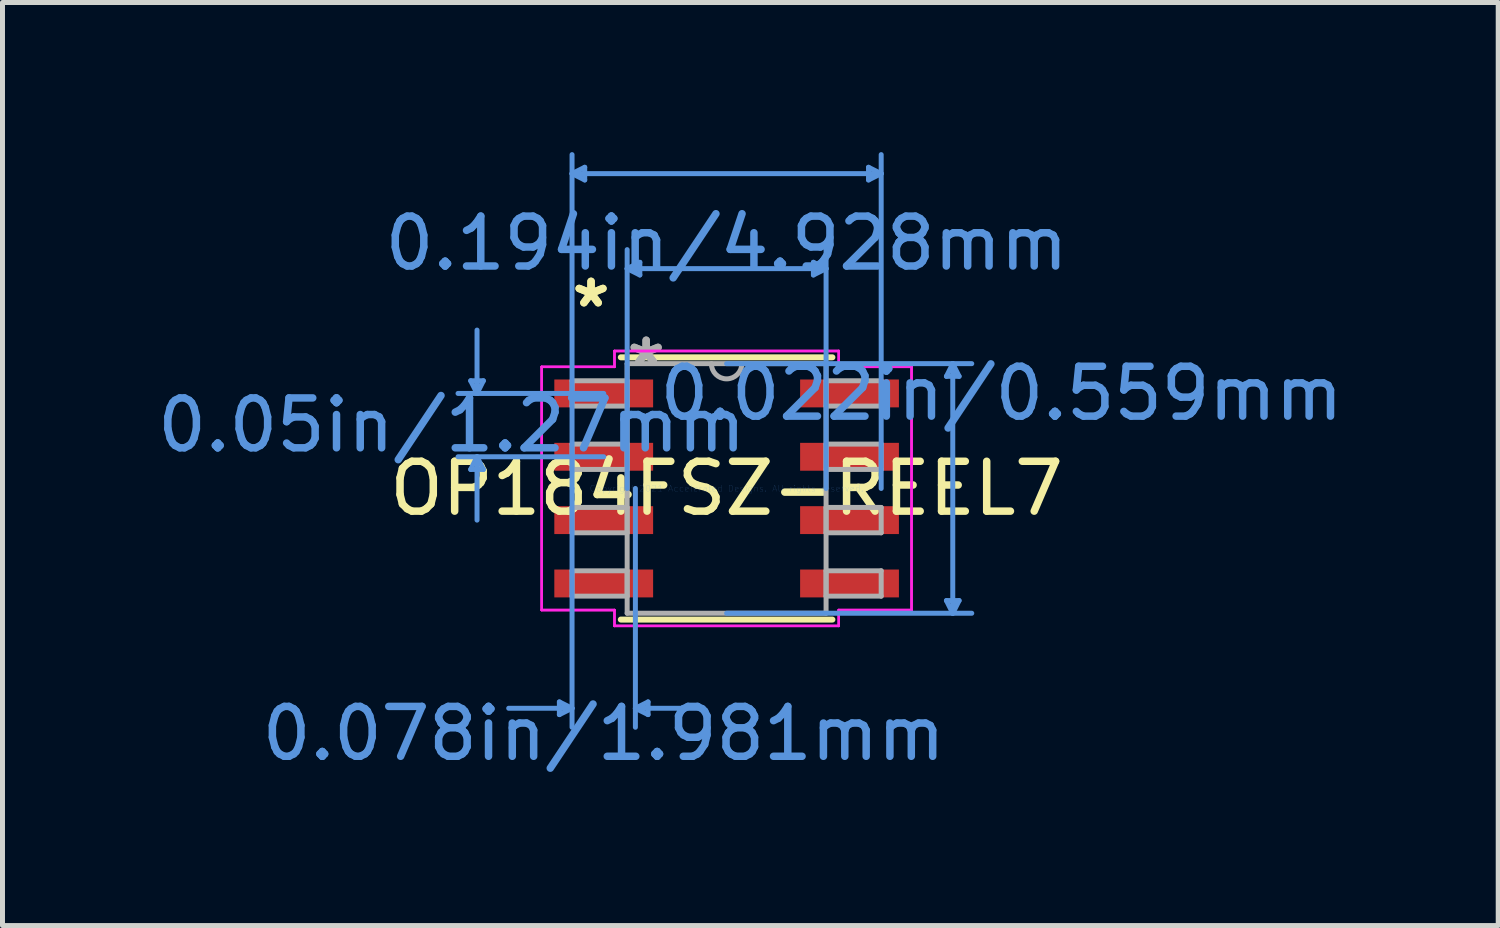
<source format=kicad_pcb>
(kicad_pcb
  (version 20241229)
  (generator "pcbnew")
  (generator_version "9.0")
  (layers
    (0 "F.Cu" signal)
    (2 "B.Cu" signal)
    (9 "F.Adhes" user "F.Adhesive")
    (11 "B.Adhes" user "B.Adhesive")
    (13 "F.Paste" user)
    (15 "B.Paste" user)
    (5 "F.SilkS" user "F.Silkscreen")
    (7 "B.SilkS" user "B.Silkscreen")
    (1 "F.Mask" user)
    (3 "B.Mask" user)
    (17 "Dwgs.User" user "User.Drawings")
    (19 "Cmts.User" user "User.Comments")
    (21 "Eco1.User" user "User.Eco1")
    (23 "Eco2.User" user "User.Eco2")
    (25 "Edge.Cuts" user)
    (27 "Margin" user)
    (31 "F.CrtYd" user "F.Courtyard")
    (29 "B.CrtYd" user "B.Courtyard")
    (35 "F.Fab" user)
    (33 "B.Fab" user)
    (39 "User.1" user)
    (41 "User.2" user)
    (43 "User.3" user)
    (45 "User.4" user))
  (footprint "OP184FSZ-REEL7"
    (layer "F.Cu")
    (at 11.518 6.743)
    (property "Reference" "OP184FSZ-REEL7" (at 0 0 0) (layer "F.SilkS") (effects (font (size 1 1) (thickness 0.15))))
    (attr through_hole)
    (fp_line (start -2.121 2.629) (end 2.121 2.629) (stroke (width 0.12) (type solid)) (layer "F.SilkS"))
    (fp_line (start 2.121 -2.629) (end -2.121 -2.629) (stroke (width 0.12) (type solid)) (layer "F.SilkS"))
    (fp_line (start -5.131 -2.159) (end -4.877 -2.159) (stroke (width 0.1) (type solid)) (layer "Cmts.User"))
    (fp_line (start -5.131 -0.381) (end -4.877 -0.381) (stroke (width 0.1) (type solid)) (layer "Cmts.User"))
    (fp_line (start -5.004 -1.905) (end -5.131 -2.159) (stroke (width 0.1) (type solid)) (layer "Cmts.User"))
    (fp_line (start -5.004 -1.905) (end -5.004 -3.175) (stroke (width 0.1) (type solid)) (layer "Cmts.User"))
    (fp_line (start -5.004 -1.905) (end -4.877 -2.159) (stroke (width 0.1) (type solid)) (layer "Cmts.User"))
    (fp_line (start -5.004 -0.635) (end -5.131 -0.381) (stroke (width 0.1) (type solid)) (layer "Cmts.User"))
    (fp_line (start -5.004 -0.635) (end -5.004 0.635) (stroke (width 0.1) (type solid)) (layer "Cmts.User"))
    (fp_line (start -5.004 -0.635) (end -4.877 -0.381) (stroke (width 0.1) (type solid)) (layer "Cmts.User"))
    (fp_line (start -3.353 4.28) (end -3.353 4.534) (stroke (width 0.1) (type solid)) (layer "Cmts.User"))
    (fp_line (start -3.099 -6.312) (end -2.845 -6.439) (stroke (width 0.1) (type solid)) (layer "Cmts.User"))
    (fp_line (start -3.099 -6.312) (end -2.845 -6.185) (stroke (width 0.1) (type solid)) (layer "Cmts.User"))
    (fp_line (start -3.099 -6.312) (end 3.099 -6.312) (stroke (width 0.1) (type solid)) (layer "Cmts.User"))
    (fp_line (start -3.099 0) (end -3.099 -6.693) (stroke (width 0.1) (type solid)) (layer "Cmts.User"))
    (fp_line (start -3.099 0) (end -3.099 4.788) (stroke (width 0.1) (type solid)) (layer "Cmts.User"))
    (fp_line (start -3.099 4.407) (end -4.369 4.407) (stroke (width 0.1) (type solid)) (layer "Cmts.User"))
    (fp_line (start -3.099 4.407) (end -3.353 4.28) (stroke (width 0.1) (type solid)) (layer "Cmts.User"))
    (fp_line (start -3.099 4.407) (end -3.353 4.534) (stroke (width 0.1) (type solid)) (layer "Cmts.User"))
    (fp_line (start -2.845 -6.439) (end -2.845 -6.185) (stroke (width 0.1) (type solid)) (layer "Cmts.User"))
    (fp_line (start -2.464 -1.905) (end -5.385 -1.905) (stroke (width 0.1) (type solid)) (layer "Cmts.User"))
    (fp_line (start -2.464 -0.635) (end -5.385 -0.635) (stroke (width 0.1) (type solid)) (layer "Cmts.User"))
    (fp_line (start -1.994 -4.407) (end -1.74 -4.534) (stroke (width 0.1) (type solid)) (layer "Cmts.User"))
    (fp_line (start -1.994 -4.407) (end -1.74 -4.28) (stroke (width 0.1) (type solid)) (layer "Cmts.User"))
    (fp_line (start -1.994 -4.407) (end 1.994 -4.407) (stroke (width 0.1) (type solid)) (layer "Cmts.User"))
    (fp_line (start -1.994 0) (end -1.994 -4.788) (stroke (width 0.1) (type solid)) (layer "Cmts.User"))
    (fp_line (start -1.829 0) (end -1.829 4.788) (stroke (width 0.1) (type solid)) (layer "Cmts.User"))
    (fp_line (start -1.829 4.407) (end -1.575 4.28) (stroke (width 0.1) (type solid)) (layer "Cmts.User"))
    (fp_line (start -1.829 4.407) (end -1.575 4.534) (stroke (width 0.1) (type solid)) (layer "Cmts.User"))
    (fp_line (start -1.829 4.407) (end -0.559 4.407) (stroke (width 0.1) (type solid)) (layer "Cmts.User"))
    (fp_line (start -1.74 -4.534) (end -1.74 -4.28) (stroke (width 0.1) (type solid)) (layer "Cmts.User"))
    (fp_line (start -1.575 4.28) (end -1.575 4.534) (stroke (width 0.1) (type solid)) (layer "Cmts.User"))
    (fp_line (start 0 -2.502) (end 4.915 -2.502) (stroke (width 0.1) (type solid)) (layer "Cmts.User"))
    (fp_line (start 0 2.502) (end 4.915 2.502) (stroke (width 0.1) (type solid)) (layer "Cmts.User"))
    (fp_line (start 1.74 -4.534) (end 1.74 -4.28) (stroke (width 0.1) (type solid)) (layer "Cmts.User"))
    (fp_line (start 1.994 -4.407) (end 1.74 -4.534) (stroke (width 0.1) (type solid)) (layer "Cmts.User"))
    (fp_line (start 1.994 -4.407) (end 1.74 -4.28) (stroke (width 0.1) (type solid)) (layer "Cmts.User"))
    (fp_line (start 1.994 0) (end 1.994 -4.788) (stroke (width 0.1) (type solid)) (layer "Cmts.User"))
    (fp_line (start 2.845 -6.439) (end 2.845 -6.185) (stroke (width 0.1) (type solid)) (layer "Cmts.User"))
    (fp_line (start 3.099 -6.312) (end 2.845 -6.439) (stroke (width 0.1) (type solid)) (layer "Cmts.User"))
    (fp_line (start 3.099 -6.312) (end 2.845 -6.185) (stroke (width 0.1) (type solid)) (layer "Cmts.User"))
    (fp_line (start 3.099 0) (end 3.099 -6.693) (stroke (width 0.1) (type solid)) (layer "Cmts.User"))
    (fp_line (start 4.407 -2.248) (end 4.661 -2.248) (stroke (width 0.1) (type solid)) (layer "Cmts.User"))
    (fp_line (start 4.407 2.248) (end 4.661 2.248) (stroke (width 0.1) (type solid)) (layer "Cmts.User"))
    (fp_line (start 4.534 -2.502) (end 4.407 -2.248) (stroke (width 0.1) (type solid)) (layer "Cmts.User"))
    (fp_line (start 4.534 -2.502) (end 4.534 2.502) (stroke (width 0.1) (type solid)) (layer "Cmts.User"))
    (fp_line (start 4.534 -2.502) (end 4.661 -2.248) (stroke (width 0.1) (type solid)) (layer "Cmts.User"))
    (fp_line (start 4.534 2.502) (end 4.407 2.248) (stroke (width 0.1) (type solid)) (layer "Cmts.User"))
    (fp_line (start 4.534 2.502) (end 4.661 2.248) (stroke (width 0.1) (type solid)) (layer "Cmts.User"))
    (fp_line (start -3.708 -2.438) (end -2.248 -2.438) (stroke (width 0.05) (type solid)) (layer "F.CrtYd"))
    (fp_line (start -3.708 -2.438) (end -2.248 -2.438) (stroke (width 0.05) (type solid)) (layer "F.CrtYd"))
    (fp_line (start -3.708 2.438) (end -3.708 -2.438) (stroke (width 0.05) (type solid)) (layer "F.CrtYd"))
    (fp_line (start -3.708 2.438) (end -3.708 -2.438) (stroke (width 0.05) (type solid)) (layer "F.CrtYd"))
    (fp_line (start -3.708 2.438) (end -2.248 2.438) (stroke (width 0.05) (type solid)) (layer "F.CrtYd"))
    (fp_line (start -2.248 -2.756) (end 2.248 -2.756) (stroke (width 0.05) (type solid)) (layer "F.CrtYd"))
    (fp_line (start -2.248 -2.756) (end 2.248 -2.756) (stroke (width 0.05) (type solid)) (layer "F.CrtYd"))
    (fp_line (start -2.248 -2.438) (end -2.248 -2.756) (stroke (width 0.05) (type solid)) (layer "F.CrtYd"))
    (fp_line (start -2.248 -2.438) (end -2.248 -2.756) (stroke (width 0.05) (type solid)) (layer "F.CrtYd"))
    (fp_line (start -2.248 2.438) (end -3.708 2.438) (stroke (width 0.05) (type solid)) (layer "F.CrtYd"))
    (fp_line (start -2.248 2.756) (end -2.248 2.438) (stroke (width 0.05) (type solid)) (layer "F.CrtYd"))
    (fp_line (start -2.248 2.756) (end -2.248 2.438) (stroke (width 0.05) (type solid)) (layer "F.CrtYd"))
    (fp_line (start 2.248 -2.756) (end 2.248 -2.438) (stroke (width 0.05) (type solid)) (layer "F.CrtYd"))
    (fp_line (start 2.248 -2.756) (end 2.248 -2.438) (stroke (width 0.05) (type solid)) (layer "F.CrtYd"))
    (fp_line (start 2.248 -2.438) (end 3.708 -2.438) (stroke (width 0.05) (type solid)) (layer "F.CrtYd"))
    (fp_line (start 2.248 2.438) (end 2.248 2.756) (stroke (width 0.05) (type solid)) (layer "F.CrtYd"))
    (fp_line (start 2.248 2.438) (end 2.248 2.756) (stroke (width 0.05) (type solid)) (layer "F.CrtYd"))
    (fp_line (start 2.248 2.756) (end -2.248 2.756) (stroke (width 0.05) (type solid)) (layer "F.CrtYd"))
    (fp_line (start 2.248 2.756) (end -2.248 2.756) (stroke (width 0.05) (type solid)) (layer "F.CrtYd"))
    (fp_line (start 3.708 -2.438) (end 2.248 -2.438) (stroke (width 0.05) (type solid)) (layer "F.CrtYd"))
    (fp_line (start 3.708 -2.438) (end 3.708 2.438) (stroke (width 0.05) (type solid)) (layer "F.CrtYd"))
    (fp_line (start 3.708 -2.438) (end 3.708 2.438) (stroke (width 0.05) (type solid)) (layer "F.CrtYd"))
    (fp_line (start 3.708 2.438) (end 2.248 2.438) (stroke (width 0.05) (type solid)) (layer "F.CrtYd"))
    (fp_line (start 3.708 2.438) (end 2.248 2.438) (stroke (width 0.05) (type solid)) (layer "F.CrtYd"))
    (fp_line (start -3.099 -2.159) (end -3.099 -1.651) (stroke (width 0.1) (type solid)) (layer "F.Fab"))
    (fp_line (start -3.099 -1.651) (end -1.994 -1.651) (stroke (width 0.1) (type solid)) (layer "F.Fab"))
    (fp_line (start -3.099 -0.889) (end -3.099 -0.381) (stroke (width 0.1) (type solid)) (layer "F.Fab"))
    (fp_line (start -3.099 -0.381) (end -1.994 -0.381) (stroke (width 0.1) (type solid)) (layer "F.Fab"))
    (fp_line (start -3.099 0.381) (end -3.099 0.889) (stroke (width 0.1) (type solid)) (layer "F.Fab"))
    (fp_line (start -3.099 0.889) (end -1.994 0.889) (stroke (width 0.1) (type solid)) (layer "F.Fab"))
    (fp_line (start -3.099 1.651) (end -3.099 2.159) (stroke (width 0.1) (type solid)) (layer "F.Fab"))
    (fp_line (start -3.099 2.159) (end -1.994 2.159) (stroke (width 0.1) (type solid)) (layer "F.Fab"))
    (fp_line (start -1.994 -2.502) (end -1.994 2.502) (stroke (width 0.1) (type solid)) (layer "F.Fab"))
    (fp_line (start -1.994 -2.159) (end -3.099 -2.159) (stroke (width 0.1) (type solid)) (layer "F.Fab"))
    (fp_line (start -1.994 -1.651) (end -1.994 -2.159) (stroke (width 0.1) (type solid)) (layer "F.Fab"))
    (fp_line (start -1.994 -0.889) (end -3.099 -0.889) (stroke (width 0.1) (type solid)) (layer "F.Fab"))
    (fp_line (start -1.994 -0.381) (end -1.994 -0.889) (stroke (width 0.1) (type solid)) (layer "F.Fab"))
    (fp_line (start -1.994 0.381) (end -3.099 0.381) (stroke (width 0.1) (type solid)) (layer "F.Fab"))
    (fp_line (start -1.994 0.889) (end -1.994 0.381) (stroke (width 0.1) (type solid)) (layer "F.Fab"))
    (fp_line (start -1.994 1.651) (end -3.099 1.651) (stroke (width 0.1) (type solid)) (layer "F.Fab"))
    (fp_line (start -1.994 2.159) (end -1.994 1.651) (stroke (width 0.1) (type solid)) (layer "F.Fab"))
    (fp_line (start -1.994 2.502) (end 1.994 2.502) (stroke (width 0.1) (type solid)) (layer "F.Fab"))
    (fp_line (start 1.994 -2.502) (end -1.994 -2.502) (stroke (width 0.1) (type solid)) (layer "F.Fab"))
    (fp_line (start 1.994 -2.159) (end 1.994 -1.651) (stroke (width 0.1) (type solid)) (layer "F.Fab"))
    (fp_line (start 1.994 -1.651) (end 3.099 -1.651) (stroke (width 0.1) (type solid)) (layer "F.Fab"))
    (fp_line (start 1.994 -0.889) (end 1.994 -0.381) (stroke (width 0.1) (type solid)) (layer "F.Fab"))
    (fp_line (start 1.994 -0.381) (end 3.099 -0.381) (stroke (width 0.1) (type solid)) (layer "F.Fab"))
    (fp_line (start 1.994 0.381) (end 1.994 0.889) (stroke (width 0.1) (type solid)) (layer "F.Fab"))
    (fp_line (start 1.994 0.889) (end 3.099 0.889) (stroke (width 0.1) (type solid)) (layer "F.Fab"))
    (fp_line (start 1.994 1.651) (end 1.994 2.159) (stroke (width 0.1) (type solid)) (layer "F.Fab"))
    (fp_line (start 1.994 2.159) (end 3.099 2.159) (stroke (width 0.1) (type solid)) (layer "F.Fab"))
    (fp_line (start 1.994 2.502) (end 1.994 -2.502) (stroke (width 0.1) (type solid)) (layer "F.Fab"))
    (fp_line (start 3.099 -2.159) (end 1.994 -2.159) (stroke (width 0.1) (type solid)) (layer "F.Fab"))
    (fp_line (start 3.099 -1.651) (end 3.099 -2.159) (stroke (width 0.1) (type solid)) (layer "F.Fab"))
    (fp_line (start 3.099 -0.889) (end 1.994 -0.889) (stroke (width 0.1) (type solid)) (layer "F.Fab"))
    (fp_line (start 3.099 -0.381) (end 3.099 -0.889) (stroke (width 0.1) (type solid)) (layer "F.Fab"))
    (fp_line (start 3.099 0.381) (end 1.994 0.381) (stroke (width 0.1) (type solid)) (layer "F.Fab"))
    (fp_line (start 3.099 0.889) (end 3.099 0.381) (stroke (width 0.1) (type solid)) (layer "F.Fab"))
    (fp_line (start 3.099 1.651) (end 1.994 1.651) (stroke (width 0.1) (type solid)) (layer "F.Fab"))
    (fp_line (start 3.099 2.159) (end 3.099 1.651) (stroke (width 0.1) (type solid)) (layer "F.Fab"))
    (fp_arc (start 0.3048 -2.5019) (mid 0 -2.1971) (end -0.3048 -2.5019) (stroke (width 0.1) (type solid)) (layer "F.Fab"))
    (fp_text user "*" (at -2.718 -3.607 0) (layer "F.SilkS") (effects (font (size 1 1) (thickness 0.15))))
    (fp_text user "*" (at -2.718 -3.607 0) (layer "F.SilkS") (effects (font (size 1 1) (thickness 0.15))))
    (fp_text user "0.078in/1.981mm" (at -2.464 4.915 0) (layer "Cmts.User") (effects (font (size 1 1) (thickness 0.15))))
    (fp_text user "Copyright 2021 Accelerated Designs. All rights reserved." (at 0 0 0) (layer "Cmts.User") (effects (font (size 0.127 0.127) (thickness 0.002))))
    (fp_text user "0.194in/4.928mm" (at 0 -4.915 0) (layer "Cmts.User") (effects (font (size 1 1) (thickness 0.15))))
    (fp_text user "0.022in/0.559mm" (at 5.512 -1.905 0) (layer "Cmts.User") (effects (font (size 1 1) (thickness 0.15))))
    (fp_text user "0.05in/1.27mm" (at -5.512 -1.27 0) (layer "Cmts.User") (effects (font (size 1 1) (thickness 0.15))))
    (fp_text user "*" (at -1.613 -2.426 0) (layer "F.Fab") (effects (font (size 1 1) (thickness 0.15))))
    (fp_text user "*" (at -1.613 -2.426 0) (layer "F.Fab") (effects (font (size 1 1) (thickness 0.15))))
    (pad "1" smd rect (at -2.464 -1.905) (size 1.981 0.559) (layers "F.Cu" "F.Mask" "F.Paste"))
    (pad "2" smd rect (at -2.464 -0.635) (size 1.981 0.559) (layers "F.Cu" "F.Mask" "F.Paste"))
    (pad "3" smd rect (at -2.464 0.635) (size 1.981 0.559) (layers "F.Cu" "F.Mask" "F.Paste"))
    (pad "4" smd rect (at -2.464 1.905) (size 1.981 0.559) (layers "F.Cu" "F.Mask" "F.Paste"))
    (pad "5" smd rect (at 2.464 1.905) (size 1.981 0.559) (layers "F.Cu" "F.Mask" "F.Paste"))
    (pad "6" smd rect (at 2.464 0.635) (size 1.981 0.559) (layers "F.Cu" "F.Mask" "F.Paste"))
    (pad "7" smd rect (at 2.464 -0.635) (size 1.981 0.559) (layers "F.Cu" "F.Mask" "F.Paste"))
    (pad "8" smd rect (at 2.464 -1.905) (size 1.981 0.559) (layers "F.Cu" "F.Mask" "F.Paste")))
  (gr_rect
    (start -3 -3)
    (end 26.988 15.506)
    (stroke (width 0.1) (type default))
    (fill no)
    (layer "Edge.Cuts")))
</source>
